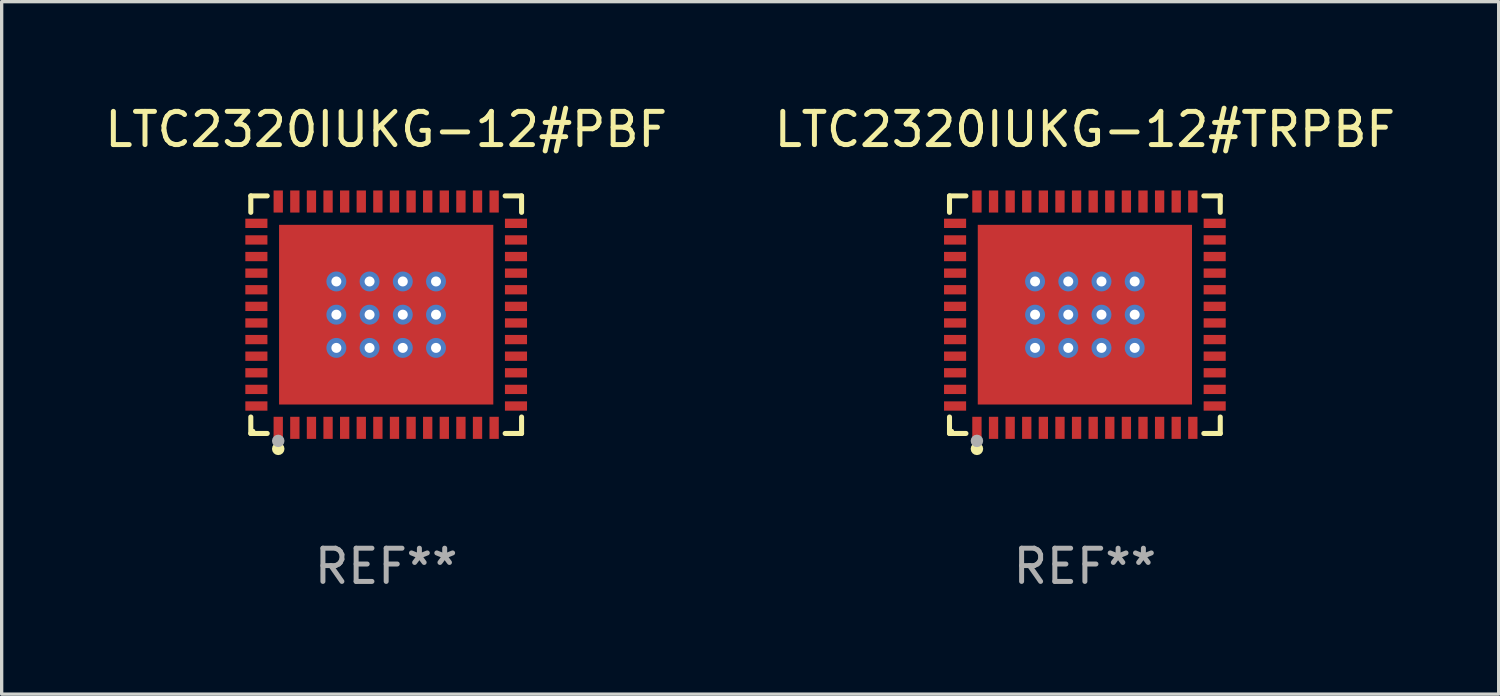
<source format=kicad_pcb>
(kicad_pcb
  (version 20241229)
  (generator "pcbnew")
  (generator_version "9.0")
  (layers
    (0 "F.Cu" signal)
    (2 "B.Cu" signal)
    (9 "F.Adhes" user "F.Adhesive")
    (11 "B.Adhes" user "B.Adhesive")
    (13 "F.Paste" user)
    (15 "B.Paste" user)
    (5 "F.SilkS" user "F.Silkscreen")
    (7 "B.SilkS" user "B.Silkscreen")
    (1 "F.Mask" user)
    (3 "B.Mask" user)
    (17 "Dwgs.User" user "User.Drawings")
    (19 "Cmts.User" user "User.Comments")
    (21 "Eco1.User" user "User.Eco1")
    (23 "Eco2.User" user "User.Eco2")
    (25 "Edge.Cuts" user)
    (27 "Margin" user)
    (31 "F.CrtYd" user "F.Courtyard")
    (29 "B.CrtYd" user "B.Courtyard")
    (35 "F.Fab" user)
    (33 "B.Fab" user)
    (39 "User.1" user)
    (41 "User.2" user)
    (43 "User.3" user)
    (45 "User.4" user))
  (footprint "LTC2320IUKG-12#TRPBF"
    (layer "F.Cu")
    (at 29.613 6.424)
    (property "Reference" "LTC2320IUKG-12#TRPBF" (at 0 -5.576 0) (layer "F.SilkS") (effects (font (size 1 1) (thickness 0.15))))
    (attr through_hole)
    (fp_line (start -4.076 -3.576) (end -3.581 -3.576) (stroke (width 0.152) (type solid)) (layer "F.SilkS"))
    (fp_line (start -4.076 -3.081) (end -4.076 -3.576) (stroke (width 0.152) (type solid)) (layer "F.SilkS"))
    (fp_line (start -4.076 3.081) (end -4.076 3.576) (stroke (width 0.152) (type solid)) (layer "F.SilkS"))
    (fp_line (start -4.076 3.576) (end -3.581 3.576) (stroke (width 0.152) (type solid)) (layer "F.SilkS"))
    (fp_line (start 4.076 -3.576) (end 3.581 -3.576) (stroke (width 0.152) (type solid)) (layer "F.SilkS"))
    (fp_line (start 4.076 -3.081) (end 4.076 -3.576) (stroke (width 0.152) (type solid)) (layer "F.SilkS"))
    (fp_line (start 4.076 3.081) (end 4.076 3.576) (stroke (width 0.152) (type solid)) (layer "F.SilkS"))
    (fp_line (start 4.076 3.576) (end 3.581 3.576) (stroke (width 0.152) (type solid)) (layer "F.SilkS"))
    (fp_circle (center -4 3.5) (end -3.97 3.5) (stroke (width 0.06) (type solid)) (fill no) (layer "F.SilkS"))
    (fp_circle (center -3.25 4.04) (end -3.156 4.04) (stroke (width 0.188) (type solid)) (fill no) (layer "F.SilkS"))
    (fp_circle (center -3.25 3.8) (end -3.156 3.8) (stroke (width 0.188) (type solid)) (fill no) (layer "F.Fab"))
    (fp_text user "REF**" (at 0 7.576 0) (layer "F.Fab") (effects (font (size 1 1) (thickness 0.15))))
    (pad "1" smd rect (at -3.25 3.407) (size 0.28 0.665) (layers "F.Cu" "F.Mask" "F.Paste"))
    (pad "2" smd rect (at -2.75 3.407) (size 0.28 0.665) (layers "F.Cu" "F.Mask" "F.Paste"))
    (pad "3" smd rect (at -2.25 3.407) (size 0.28 0.665) (layers "F.Cu" "F.Mask" "F.Paste"))
    (pad "4" smd rect (at -1.75 3.407) (size 0.28 0.665) (layers "F.Cu" "F.Mask" "F.Paste"))
    (pad "5" smd rect (at -1.25 3.407) (size 0.28 0.665) (layers "F.Cu" "F.Mask" "F.Paste"))
    (pad "6" smd rect (at -0.75 3.407) (size 0.28 0.665) (layers "F.Cu" "F.Mask" "F.Paste"))
    (pad "7" smd rect (at -0.25 3.407) (size 0.28 0.665) (layers "F.Cu" "F.Mask" "F.Paste"))
    (pad "8" smd rect (at 0.25 3.407) (size 0.28 0.665) (layers "F.Cu" "F.Mask" "F.Paste"))
    (pad "9" smd rect (at 0.75 3.407) (size 0.28 0.665) (layers "F.Cu" "F.Mask" "F.Paste"))
    (pad "10" smd rect (at 1.25 3.407) (size 0.28 0.665) (layers "F.Cu" "F.Mask" "F.Paste"))
    (pad "11" smd rect (at 1.75 3.407) (size 0.28 0.665) (layers "F.Cu" "F.Mask" "F.Paste"))
    (pad "12" smd rect (at 2.25 3.407) (size 0.28 0.665) (layers "F.Cu" "F.Mask" "F.Paste"))
    (pad "13" smd rect (at 2.75 3.407) (size 0.28 0.665) (layers "F.Cu" "F.Mask" "F.Paste"))
    (pad "14" smd rect (at 3.25 3.407) (size 0.28 0.665) (layers "F.Cu" "F.Mask" "F.Paste"))
    (pad "15" smd rect (at 3.908 2.75) (size 0.665 0.28) (layers "F.Cu" "F.Mask" "F.Paste"))
    (pad "16" smd rect (at 3.908 2.25) (size 0.665 0.28) (layers "F.Cu" "F.Mask" "F.Paste"))
    (pad "17" smd rect (at 3.908 1.75) (size 0.665 0.28) (layers "F.Cu" "F.Mask" "F.Paste"))
    (pad "18" smd rect (at 3.908 1.25) (size 0.665 0.28) (layers "F.Cu" "F.Mask" "F.Paste"))
    (pad "19" smd rect (at 3.908 0.75) (size 0.665 0.28) (layers "F.Cu" "F.Mask" "F.Paste"))
    (pad "20" smd rect (at 3.908 0.25) (size 0.665 0.28) (layers "F.Cu" "F.Mask" "F.Paste"))
    (pad "21" smd rect (at 3.908 -0.25) (size 0.665 0.28) (layers "F.Cu" "F.Mask" "F.Paste"))
    (pad "22" smd rect (at 3.908 -0.75) (size 0.665 0.28) (layers "F.Cu" "F.Mask" "F.Paste"))
    (pad "23" smd rect (at 3.908 -1.25) (size 0.665 0.28) (layers "F.Cu" "F.Mask" "F.Paste"))
    (pad "24" smd rect (at 3.908 -1.75) (size 0.665 0.28) (layers "F.Cu" "F.Mask" "F.Paste"))
    (pad "25" smd rect (at 3.908 -2.25) (size 0.665 0.28) (layers "F.Cu" "F.Mask" "F.Paste"))
    (pad "26" smd rect (at 3.908 -2.75) (size 0.665 0.28) (layers "F.Cu" "F.Mask" "F.Paste"))
    (pad "27" smd rect (at 3.25 -3.407) (size 0.28 0.665) (layers "F.Cu" "F.Mask" "F.Paste"))
    (pad "28" smd rect (at 2.75 -3.407) (size 0.28 0.665) (layers "F.Cu" "F.Mask" "F.Paste"))
    (pad "29" smd rect (at 2.25 -3.407) (size 0.28 0.665) (layers "F.Cu" "F.Mask" "F.Paste"))
    (pad "30" smd rect (at 1.75 -3.407) (size 0.28 0.665) (layers "F.Cu" "F.Mask" "F.Paste"))
    (pad "31" smd rect (at 1.25 -3.407) (size 0.28 0.665) (layers "F.Cu" "F.Mask" "F.Paste"))
    (pad "32" smd rect (at 0.75 -3.407) (size 0.28 0.665) (layers "F.Cu" "F.Mask" "F.Paste"))
    (pad "33" smd rect (at 0.25 -3.407) (size 0.28 0.665) (layers "F.Cu" "F.Mask" "F.Paste"))
    (pad "34" smd rect (at -0.25 -3.407) (size 0.28 0.665) (layers "F.Cu" "F.Mask" "F.Paste"))
    (pad "35" smd rect (at -0.75 -3.407) (size 0.28 0.665) (layers "F.Cu" "F.Mask" "F.Paste"))
    (pad "36" smd rect (at -1.25 -3.407) (size 0.28 0.665) (layers "F.Cu" "F.Mask" "F.Paste"))
    (pad "37" smd rect (at -1.75 -3.407) (size 0.28 0.665) (layers "F.Cu" "F.Mask" "F.Paste"))
    (pad "38" smd rect (at -2.25 -3.407) (size 0.28 0.665) (layers "F.Cu" "F.Mask" "F.Paste"))
    (pad "39" smd rect (at -2.75 -3.407) (size 0.28 0.665) (layers "F.Cu" "F.Mask" "F.Paste"))
    (pad "40" smd rect (at -3.25 -3.407) (size 0.28 0.665) (layers "F.Cu" "F.Mask" "F.Paste"))
    (pad "41" smd rect (at -3.908 -2.75) (size 0.665 0.28) (layers "F.Cu" "F.Mask" "F.Paste"))
    (pad "42" smd rect (at -3.908 -2.25) (size 0.665 0.28) (layers "F.Cu" "F.Mask" "F.Paste"))
    (pad "43" smd rect (at -3.908 -1.75) (size 0.665 0.28) (layers "F.Cu" "F.Mask" "F.Paste"))
    (pad "44" smd rect (at -3.908 -1.25) (size 0.665 0.28) (layers "F.Cu" "F.Mask" "F.Paste"))
    (pad "45" smd rect (at -3.908 -0.75) (size 0.665 0.28) (layers "F.Cu" "F.Mask" "F.Paste"))
    (pad "46" smd rect (at -3.908 -0.25) (size 0.665 0.28) (layers "F.Cu" "F.Mask" "F.Paste"))
    (pad "47" smd rect (at -3.908 0.25) (size 0.665 0.28) (layers "F.Cu" "F.Mask" "F.Paste"))
    (pad "48" smd rect (at -3.908 0.75) (size 0.665 0.28) (layers "F.Cu" "F.Mask" "F.Paste"))
    (pad "49" smd rect (at -3.908 1.25) (size 0.665 0.28) (layers "F.Cu" "F.Mask" "F.Paste"))
    (pad "50" smd rect (at -3.908 1.75) (size 0.665 0.28) (layers "F.Cu" "F.Mask" "F.Paste"))
    (pad "51" smd rect (at -3.908 2.25) (size 0.665 0.28) (layers "F.Cu" "F.Mask" "F.Paste"))
    (pad "52" smd rect (at -3.908 2.75) (size 0.665 0.28) (layers "F.Cu" "F.Mask" "F.Paste"))
    (pad "53" thru_hole circle (at -1.5 -1) (size 0.6 0.6) (drill 0.3) (layers "*.Cu" "*.Mask"))
    (pad "53" thru_hole circle (at -1.5 0) (size 0.6 0.6) (drill 0.3) (layers "*.Cu" "*.Mask"))
    (pad "53" thru_hole circle (at -1.5 1) (size 0.6 0.6) (drill 0.3) (layers "*.Cu" "*.Mask"))
    (pad "53" thru_hole circle (at -0.5 -1) (size 0.6 0.6) (drill 0.3) (layers "*.Cu" "*.Mask"))
    (pad "53" thru_hole circle (at -0.5 0) (size 0.6 0.6) (drill 0.3) (layers "*.Cu" "*.Mask"))
    (pad "53" thru_hole circle (at -0.5 1) (size 0.6 0.6) (drill 0.3) (layers "*.Cu" "*.Mask"))
    (pad "53" smd rect (at 0 0) (size 6.45 5.41) (layers "F.Cu" "F.Mask" "F.Paste"))
    (pad "53" thru_hole circle (at 0.5 -1) (size 0.6 0.6) (drill 0.3) (layers "*.Cu" "*.Mask"))
    (pad "53" thru_hole circle (at 0.5 0) (size 0.6 0.6) (drill 0.3) (layers "*.Cu" "*.Mask"))
    (pad "53" thru_hole circle (at 0.5 1) (size 0.6 0.6) (drill 0.3) (layers "*.Cu" "*.Mask"))
    (pad "53" thru_hole circle (at 1.5 -1) (size 0.6 0.6) (drill 0.3) (layers "*.Cu" "*.Mask"))
    (pad "53" thru_hole circle (at 1.5 0) (size 0.6 0.6) (drill 0.3) (layers "*.Cu" "*.Mask"))
    (pad "53" thru_hole circle (at 1.5 1) (size 0.6 0.6) (drill 0.3) (layers "*.Cu" "*.Mask")))
  (footprint "LTC2320IUKG-12#PBF"
    (layer "F.Cu")
    (at 8.577 6.424)
    (property "Reference" "LTC2320IUKG-12#PBF" (at 0 -5.576 0) (layer "F.SilkS") (effects (font (size 1 1) (thickness 0.15))))
    (attr through_hole)
    (fp_line (start -4.076 -3.576) (end -3.581 -3.576) (stroke (width 0.152) (type solid)) (layer "F.SilkS"))
    (fp_line (start -4.076 -3.081) (end -4.076 -3.576) (stroke (width 0.152) (type solid)) (layer "F.SilkS"))
    (fp_line (start -4.076 3.081) (end -4.076 3.576) (stroke (width 0.152) (type solid)) (layer "F.SilkS"))
    (fp_line (start -4.076 3.576) (end -3.581 3.576) (stroke (width 0.152) (type solid)) (layer "F.SilkS"))
    (fp_line (start 4.076 -3.576) (end 3.581 -3.576) (stroke (width 0.152) (type solid)) (layer "F.SilkS"))
    (fp_line (start 4.076 -3.081) (end 4.076 -3.576) (stroke (width 0.152) (type solid)) (layer "F.SilkS"))
    (fp_line (start 4.076 3.081) (end 4.076 3.576) (stroke (width 0.152) (type solid)) (layer "F.SilkS"))
    (fp_line (start 4.076 3.576) (end 3.581 3.576) (stroke (width 0.152) (type solid)) (layer "F.SilkS"))
    (fp_circle (center -4 3.5) (end -3.97 3.5) (stroke (width 0.06) (type solid)) (fill no) (layer "F.SilkS"))
    (fp_circle (center -3.25 4.04) (end -3.156 4.04) (stroke (width 0.188) (type solid)) (fill no) (layer "F.SilkS"))
    (fp_circle (center -3.25 3.8) (end -3.156 3.8) (stroke (width 0.188) (type solid)) (fill no) (layer "F.Fab"))
    (fp_text user "REF**" (at 0 7.576 0) (layer "F.Fab") (effects (font (size 1 1) (thickness 0.15))))
    (pad "1" smd rect (at -3.25 3.407) (size 0.28 0.665) (layers "F.Cu" "F.Mask" "F.Paste"))
    (pad "2" smd rect (at -2.75 3.407) (size 0.28 0.665) (layers "F.Cu" "F.Mask" "F.Paste"))
    (pad "3" smd rect (at -2.25 3.407) (size 0.28 0.665) (layers "F.Cu" "F.Mask" "F.Paste"))
    (pad "4" smd rect (at -1.75 3.407) (size 0.28 0.665) (layers "F.Cu" "F.Mask" "F.Paste"))
    (pad "5" smd rect (at -1.25 3.407) (size 0.28 0.665) (layers "F.Cu" "F.Mask" "F.Paste"))
    (pad "6" smd rect (at -0.75 3.407) (size 0.28 0.665) (layers "F.Cu" "F.Mask" "F.Paste"))
    (pad "7" smd rect (at -0.25 3.407) (size 0.28 0.665) (layers "F.Cu" "F.Mask" "F.Paste"))
    (pad "8" smd rect (at 0.25 3.407) (size 0.28 0.665) (layers "F.Cu" "F.Mask" "F.Paste"))
    (pad "9" smd rect (at 0.75 3.407) (size 0.28 0.665) (layers "F.Cu" "F.Mask" "F.Paste"))
    (pad "10" smd rect (at 1.25 3.407) (size 0.28 0.665) (layers "F.Cu" "F.Mask" "F.Paste"))
    (pad "11" smd rect (at 1.75 3.407) (size 0.28 0.665) (layers "F.Cu" "F.Mask" "F.Paste"))
    (pad "12" smd rect (at 2.25 3.407) (size 0.28 0.665) (layers "F.Cu" "F.Mask" "F.Paste"))
    (pad "13" smd rect (at 2.75 3.407) (size 0.28 0.665) (layers "F.Cu" "F.Mask" "F.Paste"))
    (pad "14" smd rect (at 3.25 3.407) (size 0.28 0.665) (layers "F.Cu" "F.Mask" "F.Paste"))
    (pad "15" smd rect (at 3.908 2.75) (size 0.665 0.28) (layers "F.Cu" "F.Mask" "F.Paste"))
    (pad "16" smd rect (at 3.908 2.25) (size 0.665 0.28) (layers "F.Cu" "F.Mask" "F.Paste"))
    (pad "17" smd rect (at 3.908 1.75) (size 0.665 0.28) (layers "F.Cu" "F.Mask" "F.Paste"))
    (pad "18" smd rect (at 3.908 1.25) (size 0.665 0.28) (layers "F.Cu" "F.Mask" "F.Paste"))
    (pad "19" smd rect (at 3.908 0.75) (size 0.665 0.28) (layers "F.Cu" "F.Mask" "F.Paste"))
    (pad "20" smd rect (at 3.908 0.25) (size 0.665 0.28) (layers "F.Cu" "F.Mask" "F.Paste"))
    (pad "21" smd rect (at 3.908 -0.25) (size 0.665 0.28) (layers "F.Cu" "F.Mask" "F.Paste"))
    (pad "22" smd rect (at 3.908 -0.75) (size 0.665 0.28) (layers "F.Cu" "F.Mask" "F.Paste"))
    (pad "23" smd rect (at 3.908 -1.25) (size 0.665 0.28) (layers "F.Cu" "F.Mask" "F.Paste"))
    (pad "24" smd rect (at 3.908 -1.75) (size 0.665 0.28) (layers "F.Cu" "F.Mask" "F.Paste"))
    (pad "25" smd rect (at 3.908 -2.25) (size 0.665 0.28) (layers "F.Cu" "F.Mask" "F.Paste"))
    (pad "26" smd rect (at 3.908 -2.75) (size 0.665 0.28) (layers "F.Cu" "F.Mask" "F.Paste"))
    (pad "27" smd rect (at 3.25 -3.407) (size 0.28 0.665) (layers "F.Cu" "F.Mask" "F.Paste"))
    (pad "28" smd rect (at 2.75 -3.407) (size 0.28 0.665) (layers "F.Cu" "F.Mask" "F.Paste"))
    (pad "29" smd rect (at 2.25 -3.407) (size 0.28 0.665) (layers "F.Cu" "F.Mask" "F.Paste"))
    (pad "30" smd rect (at 1.75 -3.407) (size 0.28 0.665) (layers "F.Cu" "F.Mask" "F.Paste"))
    (pad "31" smd rect (at 1.25 -3.407) (size 0.28 0.665) (layers "F.Cu" "F.Mask" "F.Paste"))
    (pad "32" smd rect (at 0.75 -3.407) (size 0.28 0.665) (layers "F.Cu" "F.Mask" "F.Paste"))
    (pad "33" smd rect (at 0.25 -3.407) (size 0.28 0.665) (layers "F.Cu" "F.Mask" "F.Paste"))
    (pad "34" smd rect (at -0.25 -3.407) (size 0.28 0.665) (layers "F.Cu" "F.Mask" "F.Paste"))
    (pad "35" smd rect (at -0.75 -3.407) (size 0.28 0.665) (layers "F.Cu" "F.Mask" "F.Paste"))
    (pad "36" smd rect (at -1.25 -3.407) (size 0.28 0.665) (layers "F.Cu" "F.Mask" "F.Paste"))
    (pad "37" smd rect (at -1.75 -3.407) (size 0.28 0.665) (layers "F.Cu" "F.Mask" "F.Paste"))
    (pad "38" smd rect (at -2.25 -3.407) (size 0.28 0.665) (layers "F.Cu" "F.Mask" "F.Paste"))
    (pad "39" smd rect (at -2.75 -3.407) (size 0.28 0.665) (layers "F.Cu" "F.Mask" "F.Paste"))
    (pad "40" smd rect (at -3.25 -3.407) (size 0.28 0.665) (layers "F.Cu" "F.Mask" "F.Paste"))
    (pad "41" smd rect (at -3.908 -2.75) (size 0.665 0.28) (layers "F.Cu" "F.Mask" "F.Paste"))
    (pad "42" smd rect (at -3.908 -2.25) (size 0.665 0.28) (layers "F.Cu" "F.Mask" "F.Paste"))
    (pad "43" smd rect (at -3.908 -1.75) (size 0.665 0.28) (layers "F.Cu" "F.Mask" "F.Paste"))
    (pad "44" smd rect (at -3.908 -1.25) (size 0.665 0.28) (layers "F.Cu" "F.Mask" "F.Paste"))
    (pad "45" smd rect (at -3.908 -0.75) (size 0.665 0.28) (layers "F.Cu" "F.Mask" "F.Paste"))
    (pad "46" smd rect (at -3.908 -0.25) (size 0.665 0.28) (layers "F.Cu" "F.Mask" "F.Paste"))
    (pad "47" smd rect (at -3.908 0.25) (size 0.665 0.28) (layers "F.Cu" "F.Mask" "F.Paste"))
    (pad "48" smd rect (at -3.908 0.75) (size 0.665 0.28) (layers "F.Cu" "F.Mask" "F.Paste"))
    (pad "49" smd rect (at -3.908 1.25) (size 0.665 0.28) (layers "F.Cu" "F.Mask" "F.Paste"))
    (pad "50" smd rect (at -3.908 1.75) (size 0.665 0.28) (layers "F.Cu" "F.Mask" "F.Paste"))
    (pad "51" smd rect (at -3.908 2.25) (size 0.665 0.28) (layers "F.Cu" "F.Mask" "F.Paste"))
    (pad "52" smd rect (at -3.908 2.75) (size 0.665 0.28) (layers "F.Cu" "F.Mask" "F.Paste"))
    (pad "53" thru_hole circle (at -1.5 -1) (size 0.6 0.6) (drill 0.3) (layers "*.Cu" "*.Mask"))
    (pad "53" thru_hole circle (at -1.5 0) (size 0.6 0.6) (drill 0.3) (layers "*.Cu" "*.Mask"))
    (pad "53" thru_hole circle (at -1.5 1) (size 0.6 0.6) (drill 0.3) (layers "*.Cu" "*.Mask"))
    (pad "53" thru_hole circle (at -0.5 -1) (size 0.6 0.6) (drill 0.3) (layers "*.Cu" "*.Mask"))
    (pad "53" thru_hole circle (at -0.5 0) (size 0.6 0.6) (drill 0.3) (layers "*.Cu" "*.Mask"))
    (pad "53" thru_hole circle (at -0.5 1) (size 0.6 0.6) (drill 0.3) (layers "*.Cu" "*.Mask"))
    (pad "53" smd rect (at 0 0) (size 6.45 5.41) (layers "F.Cu" "F.Mask" "F.Paste"))
    (pad "53" thru_hole circle (at 0.5 -1) (size 0.6 0.6) (drill 0.3) (layers "*.Cu" "*.Mask"))
    (pad "53" thru_hole circle (at 0.5 0) (size 0.6 0.6) (drill 0.3) (layers "*.Cu" "*.Mask"))
    (pad "53" thru_hole circle (at 0.5 1) (size 0.6 0.6) (drill 0.3) (layers "*.Cu" "*.Mask"))
    (pad "53" thru_hole circle (at 1.5 -1) (size 0.6 0.6) (drill 0.3) (layers "*.Cu" "*.Mask"))
    (pad "53" thru_hole circle (at 1.5 0) (size 0.6 0.6) (drill 0.3) (layers "*.Cu" "*.Mask"))
    (pad "53" thru_hole circle (at 1.5 1) (size 0.6 0.6) (drill 0.3) (layers "*.Cu" "*.Mask")))
  (gr_rect
    (start -3 -3)
    (end 42.071 17.849)
    (stroke (width 0.1) (type default))
    (fill no)
    (layer "Edge.Cuts")))
</source>
